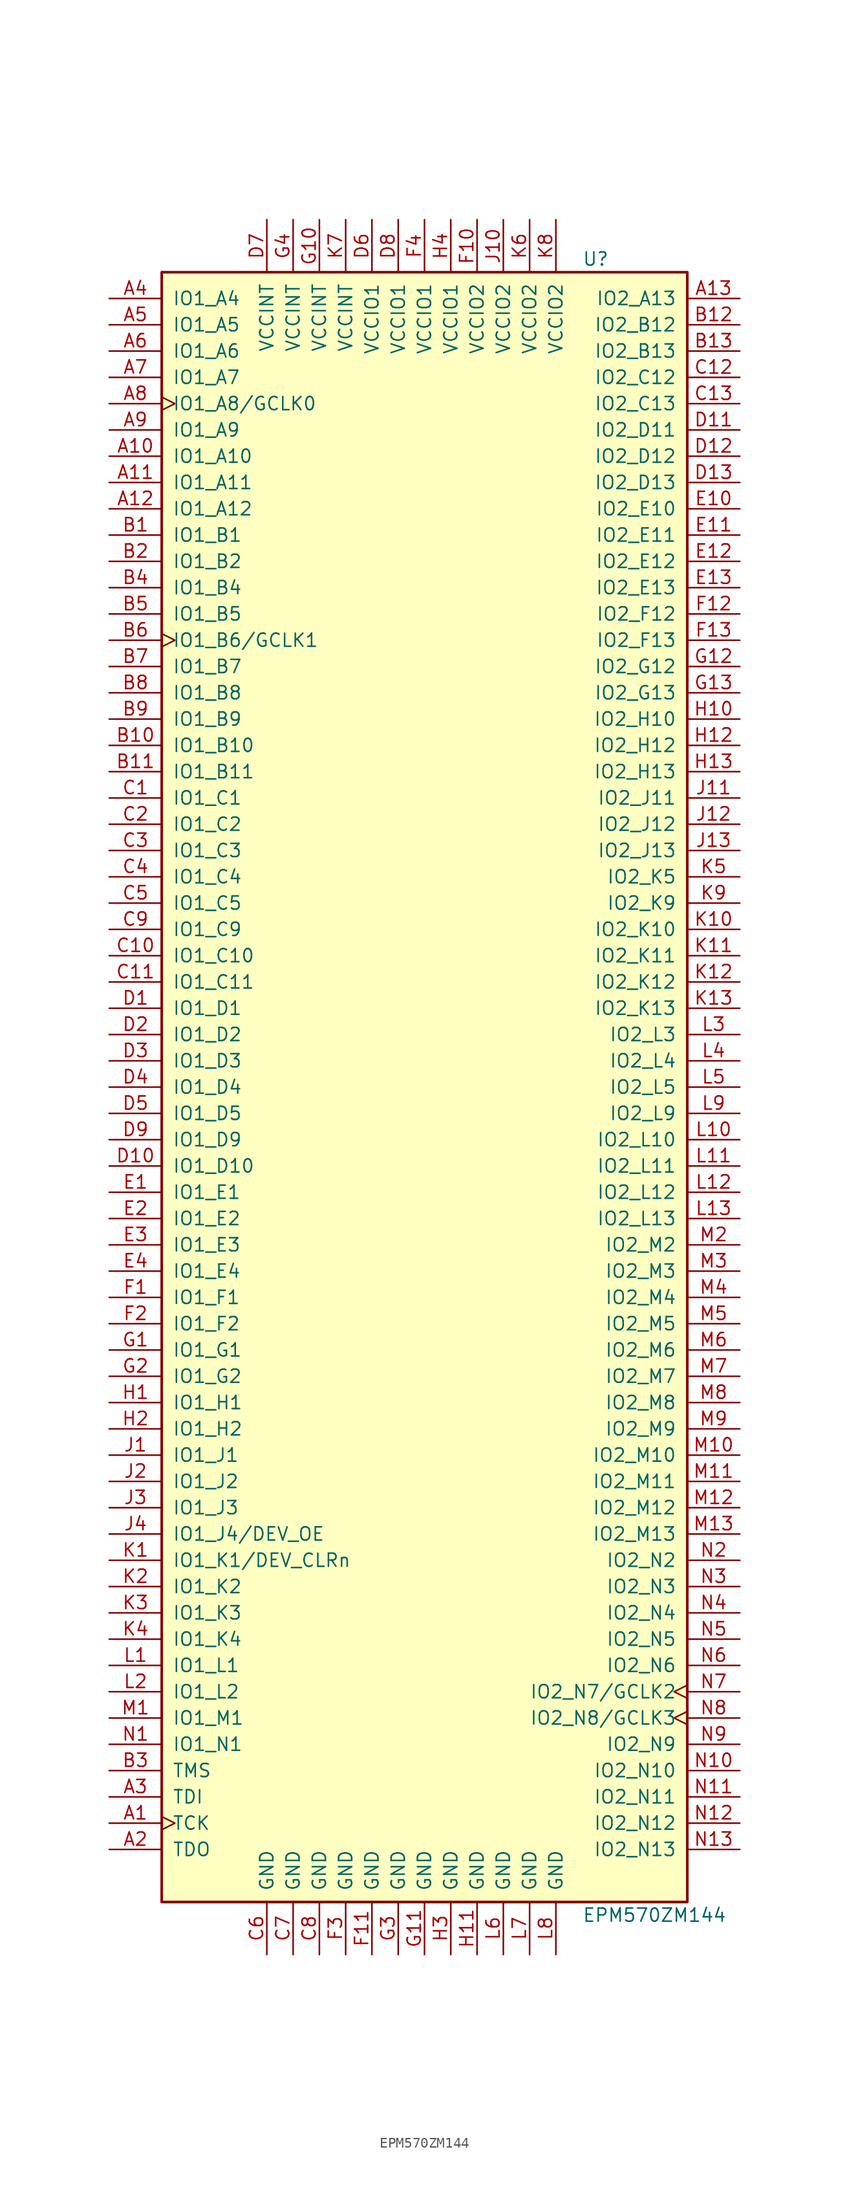
<source format=kicad_sym>
(kicad_symbol_lib
  (version 20211014)
  (generator kicad_symbol_editor)
  (symbol "EPM570ZM144"
    (pin_names
      (offset 1.016))
    (property "Reference" "U"
      (at 15.24 80.01 0)
      (effects (font (size 1.27 1.27)) (justify left)))
    (property "Value" "EPM570ZM144"
      (at 15.24 -80.01 0)
      (effects (font (size 1.27 1.27)) (justify left)))
    (property "ki_locked" ""
      (at 0 0 0)
      (effects (font (size 1.27 1.27))))
    (symbol "EPM570ZM144_1_1"
      (rectangle (start -25.4 78.74) (end 25.4 -78.74) (stroke (width 0.254) (type default) (color 0 0 0 0)) (fill (type background)))
      (pin input clock (at -30.48 -71.12 0) (length 5.08) (name "TCK" (effects (font (size 1.27 1.27)))) (number "A1" (effects (font (size 1.27 1.27)))))
      (pin bidirectional line (at -30.48 60.96 0) (length 5.08) (name "IO1_A10" (effects (font (size 1.27 1.27)))) (number "A10" (effects (font (size 1.27 1.27)))))
      (pin bidirectional line (at -30.48 58.42 0) (length 5.08) (name "IO1_A11" (effects (font (size 1.27 1.27)))) (number "A11" (effects (font (size 1.27 1.27)))))
      (pin bidirectional line (at -30.48 55.88 0) (length 5.08) (name "IO1_A12" (effects (font (size 1.27 1.27)))) (number "A12" (effects (font (size 1.27 1.27)))))
      (pin bidirectional line (at 30.48 76.2 180) (length 5.08) (name "IO2_A13" (effects (font (size 1.27 1.27)))) (number "A13" (effects (font (size 1.27 1.27)))))
      (pin output line (at -30.48 -73.66 0) (length 5.08) (name "TDO" (effects (font (size 1.27 1.27)))) (number "A2" (effects (font (size 1.27 1.27)))))
      (pin input line (at -30.48 -68.58 0) (length 5.08) (name "TDI" (effects (font (size 1.27 1.27)))) (number "A3" (effects (font (size 1.27 1.27)))))
      (pin bidirectional line (at -30.48 76.2 0) (length 5.08) (name "IO1_A4" (effects (font (size 1.27 1.27)))) (number "A4" (effects (font (size 1.27 1.27)))))
      (pin bidirectional line (at -30.48 73.66 0) (length 5.08) (name "IO1_A5" (effects (font (size 1.27 1.27)))) (number "A5" (effects (font (size 1.27 1.27)))))
      (pin bidirectional line (at -30.48 71.12 0) (length 5.08) (name "IO1_A6" (effects (font (size 1.27 1.27)))) (number "A6" (effects (font (size 1.27 1.27)))))
      (pin bidirectional line (at -30.48 68.58 0) (length 5.08) (name "IO1_A7" (effects (font (size 1.27 1.27)))) (number "A7" (effects (font (size 1.27 1.27)))))
      (pin bidirectional clock (at -30.48 66.04 0) (length 5.08) (name "IO1_A8/GCLK0" (effects (font (size 1.27 1.27)))) (number "A8" (effects (font (size 1.27 1.27)))))
      (pin bidirectional line (at -30.48 63.5 0) (length 5.08) (name "IO1_A9" (effects (font (size 1.27 1.27)))) (number "A9" (effects (font (size 1.27 1.27)))))
      (pin bidirectional line (at -30.48 53.34 0) (length 5.08) (name "IO1_B1" (effects (font (size 1.27 1.27)))) (number "B1" (effects (font (size 1.27 1.27)))))
      (pin bidirectional line (at -30.48 33.02 0) (length 5.08) (name "IO1_B10" (effects (font (size 1.27 1.27)))) (number "B10" (effects (font (size 1.27 1.27)))))
      (pin bidirectional line (at -30.48 30.48 0) (length 5.08) (name "IO1_B11" (effects (font (size 1.27 1.27)))) (number "B11" (effects (font (size 1.27 1.27)))))
      (pin bidirectional line (at 30.48 73.66 180) (length 5.08) (name "IO2_B12" (effects (font (size 1.27 1.27)))) (number "B12" (effects (font (size 1.27 1.27)))))
      (pin bidirectional line (at 30.48 71.12 180) (length 5.08) (name "IO2_B13" (effects (font (size 1.27 1.27)))) (number "B13" (effects (font (size 1.27 1.27)))))
      (pin bidirectional line (at -30.48 50.8 0) (length 5.08) (name "IO1_B2" (effects (font (size 1.27 1.27)))) (number "B2" (effects (font (size 1.27 1.27)))))
      (pin input line (at -30.48 -66.04 0) (length 5.08) (name "TMS" (effects (font (size 1.27 1.27)))) (number "B3" (effects (font (size 1.27 1.27)))))
      (pin bidirectional line (at -30.48 48.26 0) (length 5.08) (name "IO1_B4" (effects (font (size 1.27 1.27)))) (number "B4" (effects (font (size 1.27 1.27)))))
      (pin bidirectional line (at -30.48 45.72 0) (length 5.08) (name "IO1_B5" (effects (font (size 1.27 1.27)))) (number "B5" (effects (font (size 1.27 1.27)))))
      (pin bidirectional clock (at -30.48 43.18 0) (length 5.08) (name "IO1_B6/GCLK1" (effects (font (size 1.27 1.27)))) (number "B6" (effects (font (size 1.27 1.27)))))
      (pin bidirectional line (at -30.48 40.64 0) (length 5.08) (name "IO1_B7" (effects (font (size 1.27 1.27)))) (number "B7" (effects (font (size 1.27 1.27)))))
      (pin bidirectional line (at -30.48 38.1 0) (length 5.08) (name "IO1_B8" (effects (font (size 1.27 1.27)))) (number "B8" (effects (font (size 1.27 1.27)))))
      (pin bidirectional line (at -30.48 35.56 0) (length 5.08) (name "IO1_B9" (effects (font (size 1.27 1.27)))) (number "B9" (effects (font (size 1.27 1.27)))))
      (pin bidirectional line (at -30.48 27.94 0) (length 5.08) (name "IO1_C1" (effects (font (size 1.27 1.27)))) (number "C1" (effects (font (size 1.27 1.27)))))
      (pin bidirectional line (at -30.48 12.7 0) (length 5.08) (name "IO1_C10" (effects (font (size 1.27 1.27)))) (number "C10" (effects (font (size 1.27 1.27)))))
      (pin bidirectional line (at -30.48 10.16 0) (length 5.08) (name "IO1_C11" (effects (font (size 1.27 1.27)))) (number "C11" (effects (font (size 1.27 1.27)))))
      (pin bidirectional line (at 30.48 68.58 180) (length 5.08) (name "IO2_C12" (effects (font (size 1.27 1.27)))) (number "C12" (effects (font (size 1.27 1.27)))))
      (pin bidirectional line (at 30.48 66.04 180) (length 5.08) (name "IO2_C13" (effects (font (size 1.27 1.27)))) (number "C13" (effects (font (size 1.27 1.27)))))
      (pin bidirectional line (at -30.48 25.4 0) (length 5.08) (name "IO1_C2" (effects (font (size 1.27 1.27)))) (number "C2" (effects (font (size 1.27 1.27)))))
      (pin bidirectional line (at -30.48 22.86 0) (length 5.08) (name "IO1_C3" (effects (font (size 1.27 1.27)))) (number "C3" (effects (font (size 1.27 1.27)))))
      (pin bidirectional line (at -30.48 20.32 0) (length 5.08) (name "IO1_C4" (effects (font (size 1.27 1.27)))) (number "C4" (effects (font (size 1.27 1.27)))))
      (pin bidirectional line (at -30.48 17.78 0) (length 5.08) (name "IO1_C5" (effects (font (size 1.27 1.27)))) (number "C5" (effects (font (size 1.27 1.27)))))
      (pin power_in line (at -15.24 -83.82 90) (length 5.08) (name "GND" (effects (font (size 1.27 1.27)))) (number "C6" (effects (font (size 1.27 1.27)))))
      (pin power_in line (at -12.7 -83.82 90) (length 5.08) (name "GND" (effects (font (size 1.27 1.27)))) (number "C7" (effects (font (size 1.27 1.27)))))
      (pin power_in line (at -10.16 -83.82 90) (length 5.08) (name "GND" (effects (font (size 1.27 1.27)))) (number "C8" (effects (font (size 1.27 1.27)))))
      (pin bidirectional line (at -30.48 15.24 0) (length 5.08) (name "IO1_C9" (effects (font (size 1.27 1.27)))) (number "C9" (effects (font (size 1.27 1.27)))))
      (pin bidirectional line (at -30.48 7.62 0) (length 5.08) (name "IO1_D1" (effects (font (size 1.27 1.27)))) (number "D1" (effects (font (size 1.27 1.27)))))
      (pin bidirectional line (at -30.48 -7.62 0) (length 5.08) (name "IO1_D10" (effects (font (size 1.27 1.27)))) (number "D10" (effects (font (size 1.27 1.27)))))
      (pin bidirectional line (at 30.48 63.5 180) (length 5.08) (name "IO2_D11" (effects (font (size 1.27 1.27)))) (number "D11" (effects (font (size 1.27 1.27)))))
      (pin bidirectional line (at 30.48 60.96 180) (length 5.08) (name "IO2_D12" (effects (font (size 1.27 1.27)))) (number "D12" (effects (font (size 1.27 1.27)))))
      (pin bidirectional line (at 30.48 58.42 180) (length 5.08) (name "IO2_D13" (effects (font (size 1.27 1.27)))) (number "D13" (effects (font (size 1.27 1.27)))))
      (pin bidirectional line (at -30.48 5.08 0) (length 5.08) (name "IO1_D2" (effects (font (size 1.27 1.27)))) (number "D2" (effects (font (size 1.27 1.27)))))
      (pin bidirectional line (at -30.48 2.54 0) (length 5.08) (name "IO1_D3" (effects (font (size 1.27 1.27)))) (number "D3" (effects (font (size 1.27 1.27)))))
      (pin bidirectional line (at -30.48 0 0) (length 5.08) (name "IO1_D4" (effects (font (size 1.27 1.27)))) (number "D4" (effects (font (size 1.27 1.27)))))
      (pin bidirectional line (at -30.48 -2.54 0) (length 5.08) (name "IO1_D5" (effects (font (size 1.27 1.27)))) (number "D5" (effects (font (size 1.27 1.27)))))
      (pin power_in line (at -5.08 83.82 270) (length 5.08) (name "VCCIO1" (effects (font (size 1.27 1.27)))) (number "D6" (effects (font (size 1.27 1.27)))))
      (pin power_in line (at -15.24 83.82 270) (length 5.08) (name "VCCINT" (effects (font (size 1.27 1.27)))) (number "D7" (effects (font (size 1.27 1.27)))))
      (pin power_in line (at -2.54 83.82 270) (length 5.08) (name "VCCIO1" (effects (font (size 1.27 1.27)))) (number "D8" (effects (font (size 1.27 1.27)))))
      (pin bidirectional line (at -30.48 -5.08 0) (length 5.08) (name "IO1_D9" (effects (font (size 1.27 1.27)))) (number "D9" (effects (font (size 1.27 1.27)))))
      (pin bidirectional line (at -30.48 -10.16 0) (length 5.08) (name "IO1_E1" (effects (font (size 1.27 1.27)))) (number "E1" (effects (font (size 1.27 1.27)))))
      (pin bidirectional line (at 30.48 55.88 180) (length 5.08) (name "IO2_E10" (effects (font (size 1.27 1.27)))) (number "E10" (effects (font (size 1.27 1.27)))))
      (pin bidirectional line (at 30.48 53.34 180) (length 5.08) (name "IO2_E11" (effects (font (size 1.27 1.27)))) (number "E11" (effects (font (size 1.27 1.27)))))
      (pin bidirectional line (at 30.48 50.8 180) (length 5.08) (name "IO2_E12" (effects (font (size 1.27 1.27)))) (number "E12" (effects (font (size 1.27 1.27)))))
      (pin bidirectional line (at 30.48 48.26 180) (length 5.08) (name "IO2_E13" (effects (font (size 1.27 1.27)))) (number "E13" (effects (font (size 1.27 1.27)))))
      (pin bidirectional line (at -30.48 -12.7 0) (length 5.08) (name "IO1_E2" (effects (font (size 1.27 1.27)))) (number "E2" (effects (font (size 1.27 1.27)))))
      (pin bidirectional line (at -30.48 -15.24 0) (length 5.08) (name "IO1_E3" (effects (font (size 1.27 1.27)))) (number "E3" (effects (font (size 1.27 1.27)))))
      (pin bidirectional line (at -30.48 -17.78 0) (length 5.08) (name "IO1_E4" (effects (font (size 1.27 1.27)))) (number "E4" (effects (font (size 1.27 1.27)))))
      (pin bidirectional line (at -30.48 -20.32 0) (length 5.08) (name "IO1_F1" (effects (font (size 1.27 1.27)))) (number "F1" (effects (font (size 1.27 1.27)))))
      (pin power_in line (at 5.08 83.82 270) (length 5.08) (name "VCCIO2" (effects (font (size 1.27 1.27)))) (number "F10" (effects (font (size 1.27 1.27)))))
      (pin power_in line (at -5.08 -83.82 90) (length 5.08) (name "GND" (effects (font (size 1.27 1.27)))) (number "F11" (effects (font (size 1.27 1.27)))))
      (pin bidirectional line (at 30.48 45.72 180) (length 5.08) (name "IO2_F12" (effects (font (size 1.27 1.27)))) (number "F12" (effects (font (size 1.27 1.27)))))
      (pin bidirectional line (at 30.48 43.18 180) (length 5.08) (name "IO2_F13" (effects (font (size 1.27 1.27)))) (number "F13" (effects (font (size 1.27 1.27)))))
      (pin bidirectional line (at -30.48 -22.86 0) (length 5.08) (name "IO1_F2" (effects (font (size 1.27 1.27)))) (number "F2" (effects (font (size 1.27 1.27)))))
      (pin power_in line (at -7.62 -83.82 90) (length 5.08) (name "GND" (effects (font (size 1.27 1.27)))) (number "F3" (effects (font (size 1.27 1.27)))))
      (pin power_in line (at 0 83.82 270) (length 5.08) (name "VCCIO1" (effects (font (size 1.27 1.27)))) (number "F4" (effects (font (size 1.27 1.27)))))
      (pin bidirectional line (at -30.48 -25.4 0) (length 5.08) (name "IO1_G1" (effects (font (size 1.27 1.27)))) (number "G1" (effects (font (size 1.27 1.27)))))
      (pin power_in line (at -10.16 83.82 270) (length 5.08) (name "VCCINT" (effects (font (size 1.27 1.27)))) (number "G10" (effects (font (size 1.27 1.27)))))
      (pin power_in line (at 0 -83.82 90) (length 5.08) (name "GND" (effects (font (size 1.27 1.27)))) (number "G11" (effects (font (size 1.27 1.27)))))
      (pin bidirectional line (at 30.48 40.64 180) (length 5.08) (name "IO2_G12" (effects (font (size 1.27 1.27)))) (number "G12" (effects (font (size 1.27 1.27)))))
      (pin bidirectional line (at 30.48 38.1 180) (length 5.08) (name "IO2_G13" (effects (font (size 1.27 1.27)))) (number "G13" (effects (font (size 1.27 1.27)))))
      (pin bidirectional line (at -30.48 -27.94 0) (length 5.08) (name "IO1_G2" (effects (font (size 1.27 1.27)))) (number "G2" (effects (font (size 1.27 1.27)))))
      (pin power_in line (at -2.54 -83.82 90) (length 5.08) (name "GND" (effects (font (size 1.27 1.27)))) (number "G3" (effects (font (size 1.27 1.27)))))
      (pin power_in line (at -12.7 83.82 270) (length 5.08) (name "VCCINT" (effects (font (size 1.27 1.27)))) (number "G4" (effects (font (size 1.27 1.27)))))
      (pin bidirectional line (at -30.48 -30.48 0) (length 5.08) (name "IO1_H1" (effects (font (size 1.27 1.27)))) (number "H1" (effects (font (size 1.27 1.27)))))
      (pin bidirectional line (at 30.48 35.56 180) (length 5.08) (name "IO2_H10" (effects (font (size 1.27 1.27)))) (number "H10" (effects (font (size 1.27 1.27)))))
      (pin power_in line (at 5.08 -83.82 90) (length 5.08) (name "GND" (effects (font (size 1.27 1.27)))) (number "H11" (effects (font (size 1.27 1.27)))))
      (pin bidirectional line (at 30.48 33.02 180) (length 5.08) (name "IO2_H12" (effects (font (size 1.27 1.27)))) (number "H12" (effects (font (size 1.27 1.27)))))
      (pin bidirectional line (at 30.48 30.48 180) (length 5.08) (name "IO2_H13" (effects (font (size 1.27 1.27)))) (number "H13" (effects (font (size 1.27 1.27)))))
      (pin bidirectional line (at -30.48 -33.02 0) (length 5.08) (name "IO1_H2" (effects (font (size 1.27 1.27)))) (number "H2" (effects (font (size 1.27 1.27)))))
      (pin power_in line (at 2.54 -83.82 90) (length 5.08) (name "GND" (effects (font (size 1.27 1.27)))) (number "H3" (effects (font (size 1.27 1.27)))))
      (pin power_in line (at 2.54 83.82 270) (length 5.08) (name "VCCIO1" (effects (font (size 1.27 1.27)))) (number "H4" (effects (font (size 1.27 1.27)))))
      (pin bidirectional line (at -30.48 -35.56 0) (length 5.08) (name "IO1_J1" (effects (font (size 1.27 1.27)))) (number "J1" (effects (font (size 1.27 1.27)))))
      (pin power_in line (at 7.62 83.82 270) (length 5.08) (name "VCCIO2" (effects (font (size 1.27 1.27)))) (number "J10" (effects (font (size 1.27 1.27)))))
      (pin bidirectional line (at 30.48 27.94 180) (length 5.08) (name "IO2_J11" (effects (font (size 1.27 1.27)))) (number "J11" (effects (font (size 1.27 1.27)))))
      (pin bidirectional line (at 30.48 25.4 180) (length 5.08) (name "IO2_J12" (effects (font (size 1.27 1.27)))) (number "J12" (effects (font (size 1.27 1.27)))))
      (pin bidirectional line (at 30.48 22.86 180) (length 5.08) (name "IO2_J13" (effects (font (size 1.27 1.27)))) (number "J13" (effects (font (size 1.27 1.27)))))
      (pin bidirectional line (at -30.48 -38.1 0) (length 5.08) (name "IO1_J2" (effects (font (size 1.27 1.27)))) (number "J2" (effects (font (size 1.27 1.27)))))
      (pin bidirectional line (at -30.48 -40.64 0) (length 5.08) (name "IO1_J3" (effects (font (size 1.27 1.27)))) (number "J3" (effects (font (size 1.27 1.27)))))
      (pin bidirectional line (at -30.48 -43.18 0) (length 5.08) (name "IO1_J4/DEV_OE" (effects (font (size 1.27 1.27)))) (number "J4" (effects (font (size 1.27 1.27)))))
      (pin bidirectional line (at -30.48 -45.72 0) (length 5.08) (name "IO1_K1/DEV_CLRn" (effects (font (size 1.27 1.27)))) (number "K1" (effects (font (size 1.27 1.27)))))
      (pin bidirectional line (at 30.48 15.24 180) (length 5.08) (name "IO2_K10" (effects (font (size 1.27 1.27)))) (number "K10" (effects (font (size 1.27 1.27)))))
      (pin bidirectional line (at 30.48 12.7 180) (length 5.08) (name "IO2_K11" (effects (font (size 1.27 1.27)))) (number "K11" (effects (font (size 1.27 1.27)))))
      (pin bidirectional line (at 30.48 10.16 180) (length 5.08) (name "IO2_K12" (effects (font (size 1.27 1.27)))) (number "K12" (effects (font (size 1.27 1.27)))))
      (pin bidirectional line (at 30.48 7.62 180) (length 5.08) (name "IO2_K13" (effects (font (size 1.27 1.27)))) (number "K13" (effects (font (size 1.27 1.27)))))
      (pin bidirectional line (at -30.48 -48.26 0) (length 5.08) (name "IO1_K2" (effects (font (size 1.27 1.27)))) (number "K2" (effects (font (size 1.27 1.27)))))
      (pin bidirectional line (at -30.48 -50.8 0) (length 5.08) (name "IO1_K3" (effects (font (size 1.27 1.27)))) (number "K3" (effects (font (size 1.27 1.27)))))
      (pin bidirectional line (at -30.48 -53.34 0) (length 5.08) (name "IO1_K4" (effects (font (size 1.27 1.27)))) (number "K4" (effects (font (size 1.27 1.27)))))
      (pin bidirectional line (at 30.48 20.32 180) (length 5.08) (name "IO2_K5" (effects (font (size 1.27 1.27)))) (number "K5" (effects (font (size 1.27 1.27)))))
      (pin power_in line (at 10.16 83.82 270) (length 5.08) (name "VCCIO2" (effects (font (size 1.27 1.27)))) (number "K6" (effects (font (size 1.27 1.27)))))
      (pin power_in line (at -7.62 83.82 270) (length 5.08) (name "VCCINT" (effects (font (size 1.27 1.27)))) (number "K7" (effects (font (size 1.27 1.27)))))
      (pin power_in line (at 12.7 83.82 270) (length 5.08) (name "VCCIO2" (effects (font (size 1.27 1.27)))) (number "K8" (effects (font (size 1.27 1.27)))))
      (pin bidirectional line (at 30.48 17.78 180) (length 5.08) (name "IO2_K9" (effects (font (size 1.27 1.27)))) (number "K9" (effects (font (size 1.27 1.27)))))
      (pin bidirectional line (at -30.48 -55.88 0) (length 5.08) (name "IO1_L1" (effects (font (size 1.27 1.27)))) (number "L1" (effects (font (size 1.27 1.27)))))
      (pin bidirectional line (at 30.48 -5.08 180) (length 5.08) (name "IO2_L10" (effects (font (size 1.27 1.27)))) (number "L10" (effects (font (size 1.27 1.27)))))
      (pin bidirectional line (at 30.48 -7.62 180) (length 5.08) (name "IO2_L11" (effects (font (size 1.27 1.27)))) (number "L11" (effects (font (size 1.27 1.27)))))
      (pin bidirectional line (at 30.48 -10.16 180) (length 5.08) (name "IO2_L12" (effects (font (size 1.27 1.27)))) (number "L12" (effects (font (size 1.27 1.27)))))
      (pin bidirectional line (at 30.48 -12.7 180) (length 5.08) (name "IO2_L13" (effects (font (size 1.27 1.27)))) (number "L13" (effects (font (size 1.27 1.27)))))
      (pin bidirectional line (at -30.48 -58.42 0) (length 5.08) (name "IO1_L2" (effects (font (size 1.27 1.27)))) (number "L2" (effects (font (size 1.27 1.27)))))
      (pin bidirectional line (at 30.48 5.08 180) (length 5.08) (name "IO2_L3" (effects (font (size 1.27 1.27)))) (number "L3" (effects (font (size 1.27 1.27)))))
      (pin bidirectional line (at 30.48 2.54 180) (length 5.08) (name "IO2_L4" (effects (font (size 1.27 1.27)))) (number "L4" (effects (font (size 1.27 1.27)))))
      (pin bidirectional line (at 30.48 0 180) (length 5.08) (name "IO2_L5" (effects (font (size 1.27 1.27)))) (number "L5" (effects (font (size 1.27 1.27)))))
      (pin power_in line (at 7.62 -83.82 90) (length 5.08) (name "GND" (effects (font (size 1.27 1.27)))) (number "L6" (effects (font (size 1.27 1.27)))))
      (pin power_in line (at 10.16 -83.82 90) (length 5.08) (name "GND" (effects (font (size 1.27 1.27)))) (number "L7" (effects (font (size 1.27 1.27)))))
      (pin power_in line (at 12.7 -83.82 90) (length 5.08) (name "GND" (effects (font (size 1.27 1.27)))) (number "L8" (effects (font (size 1.27 1.27)))))
      (pin bidirectional line (at 30.48 -2.54 180) (length 5.08) (name "IO2_L9" (effects (font (size 1.27 1.27)))) (number "L9" (effects (font (size 1.27 1.27)))))
      (pin bidirectional line (at -30.48 -60.96 0) (length 5.08) (name "IO1_M1" (effects (font (size 1.27 1.27)))) (number "M1" (effects (font (size 1.27 1.27)))))
      (pin bidirectional line (at 30.48 -35.56 180) (length 5.08) (name "IO2_M10" (effects (font (size 1.27 1.27)))) (number "M10" (effects (font (size 1.27 1.27)))))
      (pin bidirectional line (at 30.48 -38.1 180) (length 5.08) (name "IO2_M11" (effects (font (size 1.27 1.27)))) (number "M11" (effects (font (size 1.27 1.27)))))
      (pin bidirectional line (at 30.48 -40.64 180) (length 5.08) (name "IO2_M12" (effects (font (size 1.27 1.27)))) (number "M12" (effects (font (size 1.27 1.27)))))
      (pin bidirectional line (at 30.48 -43.18 180) (length 5.08) (name "IO2_M13" (effects (font (size 1.27 1.27)))) (number "M13" (effects (font (size 1.27 1.27)))))
      (pin bidirectional line (at 30.48 -15.24 180) (length 5.08) (name "IO2_M2" (effects (font (size 1.27 1.27)))) (number "M2" (effects (font (size 1.27 1.27)))))
      (pin bidirectional line (at 30.48 -17.78 180) (length 5.08) (name "IO2_M3" (effects (font (size 1.27 1.27)))) (number "M3" (effects (font (size 1.27 1.27)))))
      (pin bidirectional line (at 30.48 -20.32 180) (length 5.08) (name "IO2_M4" (effects (font (size 1.27 1.27)))) (number "M4" (effects (font (size 1.27 1.27)))))
      (pin bidirectional line (at 30.48 -22.86 180) (length 5.08) (name "IO2_M5" (effects (font (size 1.27 1.27)))) (number "M5" (effects (font (size 1.27 1.27)))))
      (pin bidirectional line (at 30.48 -25.4 180) (length 5.08) (name "IO2_M6" (effects (font (size 1.27 1.27)))) (number "M6" (effects (font (size 1.27 1.27)))))
      (pin bidirectional line (at 30.48 -27.94 180) (length 5.08) (name "IO2_M7" (effects (font (size 1.27 1.27)))) (number "M7" (effects (font (size 1.27 1.27)))))
      (pin bidirectional line (at 30.48 -30.48 180) (length 5.08) (name "IO2_M8" (effects (font (size 1.27 1.27)))) (number "M8" (effects (font (size 1.27 1.27)))))
      (pin bidirectional line (at 30.48 -33.02 180) (length 5.08) (name "IO2_M9" (effects (font (size 1.27 1.27)))) (number "M9" (effects (font (size 1.27 1.27)))))
      (pin bidirectional line (at -30.48 -63.5 0) (length 5.08) (name "IO1_N1" (effects (font (size 1.27 1.27)))) (number "N1" (effects (font (size 1.27 1.27)))))
      (pin bidirectional line (at 30.48 -66.04 180) (length 5.08) (name "IO2_N10" (effects (font (size 1.27 1.27)))) (number "N10" (effects (font (size 1.27 1.27)))))
      (pin bidirectional line (at 30.48 -68.58 180) (length 5.08) (name "IO2_N11" (effects (font (size 1.27 1.27)))) (number "N11" (effects (font (size 1.27 1.27)))))
      (pin bidirectional line (at 30.48 -71.12 180) (length 5.08) (name "IO2_N12" (effects (font (size 1.27 1.27)))) (number "N12" (effects (font (size 1.27 1.27)))))
      (pin bidirectional line (at 30.48 -73.66 180) (length 5.08) (name "IO2_N13" (effects (font (size 1.27 1.27)))) (number "N13" (effects (font (size 1.27 1.27)))))
      (pin bidirectional line (at 30.48 -45.72 180) (length 5.08) (name "IO2_N2" (effects (font (size 1.27 1.27)))) (number "N2" (effects (font (size 1.27 1.27)))))
      (pin bidirectional line (at 30.48 -48.26 180) (length 5.08) (name "IO2_N3" (effects (font (size 1.27 1.27)))) (number "N3" (effects (font (size 1.27 1.27)))))
      (pin bidirectional line (at 30.48 -50.8 180) (length 5.08) (name "IO2_N4" (effects (font (size 1.27 1.27)))) (number "N4" (effects (font (size 1.27 1.27)))))
      (pin bidirectional line (at 30.48 -53.34 180) (length 5.08) (name "IO2_N5" (effects (font (size 1.27 1.27)))) (number "N5" (effects (font (size 1.27 1.27)))))
      (pin bidirectional line (at 30.48 -55.88 180) (length 5.08) (name "IO2_N6" (effects (font (size 1.27 1.27)))) (number "N6" (effects (font (size 1.27 1.27)))))
      (pin bidirectional clock (at 30.48 -58.42 180) (length 5.08) (name "IO2_N7/GCLK2" (effects (font (size 1.27 1.27)))) (number "N7" (effects (font (size 1.27 1.27)))))
      (pin bidirectional clock (at 30.48 -60.96 180) (length 5.08) (name "IO2_N8/GCLK3" (effects (font (size 1.27 1.27)))) (number "N8" (effects (font (size 1.27 1.27)))))
      (pin bidirectional line (at 30.48 -63.5 180) (length 5.08) (name "IO2_N9" (effects (font (size 1.27 1.27)))) (number "N9" (effects (font (size 1.27 1.27))))))))
</source>
